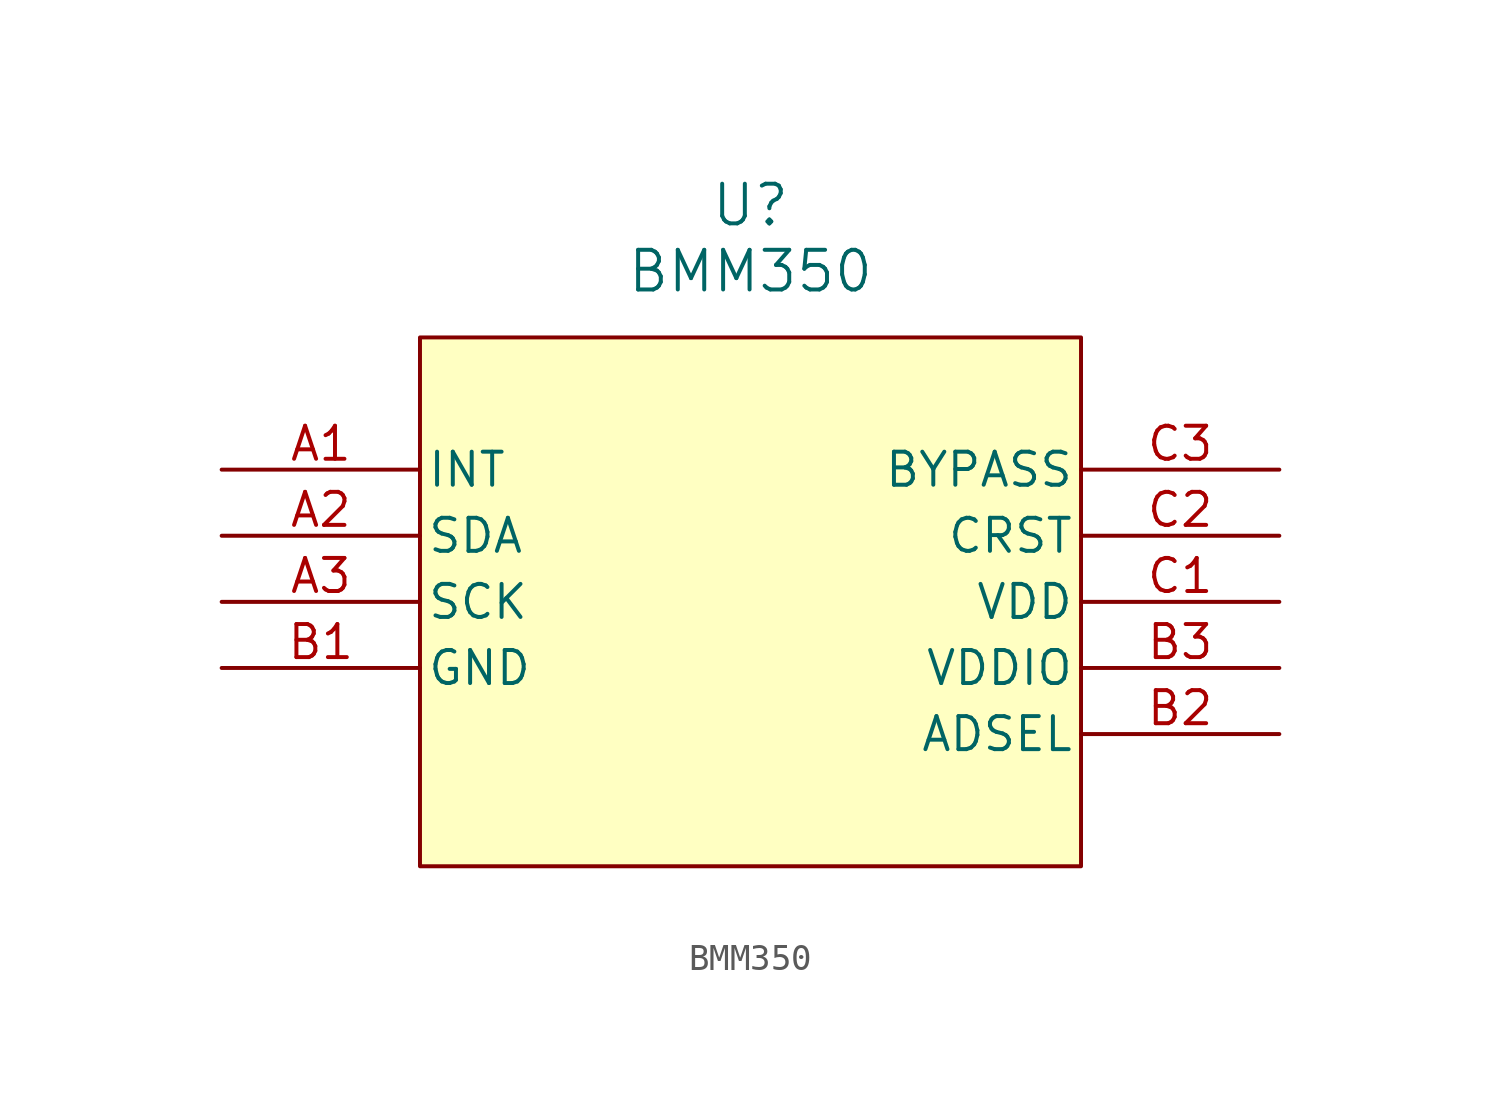
<source format=kicad_sym>
(kicad_symbol_lib
  (version 20231120)
  (generator "kicad_symbol_editor")
  (generator_version "8.0")
  (symbol "BMM350"
    (pin_names
      (offset 0.254))
    (property "Reference" "U"
      (at 20.32 10.16 0)
      (effects (font (size 1.524 1.524))))
    (property "Value" "BMM350"
      (at 20.32 7.62 0)
      (effects (font (size 1.524 1.524))))
    (symbol "BMM350_0_1"
      (pin input line (at 0 0 0) (length 7.62) (name "INT" (effects (font (size 1.27 1.27)))) (number "A1" (effects (font (size 1.27 1.27)))))
      (pin unspecified line (at 0 -2.54 0) (length 7.62) (name "SDA" (effects (font (size 1.27 1.27)))) (number "A2" (effects (font (size 1.27 1.27)))))
      (pin unspecified line (at 0 -5.08 0) (length 7.62) (name "SCK" (effects (font (size 1.27 1.27)))) (number "A3" (effects (font (size 1.27 1.27)))))
      (pin power_out line (at 0 -7.62 0) (length 7.62) (name "GND" (effects (font (size 1.27 1.27)))) (number "B1" (effects (font (size 1.27 1.27)))))
      (pin unspecified line (at 40.64 -10.16 180) (length 7.62) (name "ADSEL" (effects (font (size 1.27 1.27)))) (number "B2" (effects (font (size 1.27 1.27)))))
      (pin power_in line (at 40.64 -7.62 180) (length 7.62) (name "VDDIO" (effects (font (size 1.27 1.27)))) (number "B3" (effects (font (size 1.27 1.27)))))
      (pin power_in line (at 40.64 -5.08 180) (length 7.62) (name "VDD" (effects (font (size 1.27 1.27)))) (number "C1" (effects (font (size 1.27 1.27)))))
      (pin unspecified line (at 40.64 -2.54 180) (length 7.62) (name "CRST" (effects (font (size 1.27 1.27)))) (number "C2" (effects (font (size 1.27 1.27)))))
      (pin power_out line (at 40.64 0 180) (length 7.62) (name "BYPASS" (effects (font (size 1.27 1.27)))) (number "C3" (effects (font (size 1.27 1.27))))))
    (symbol "BMM350_1_1"
      (rectangle (start 7.62 5.08) (end 33.02 -15.24) (stroke (width 0) (type default)) (fill (type background))))))
</source>
